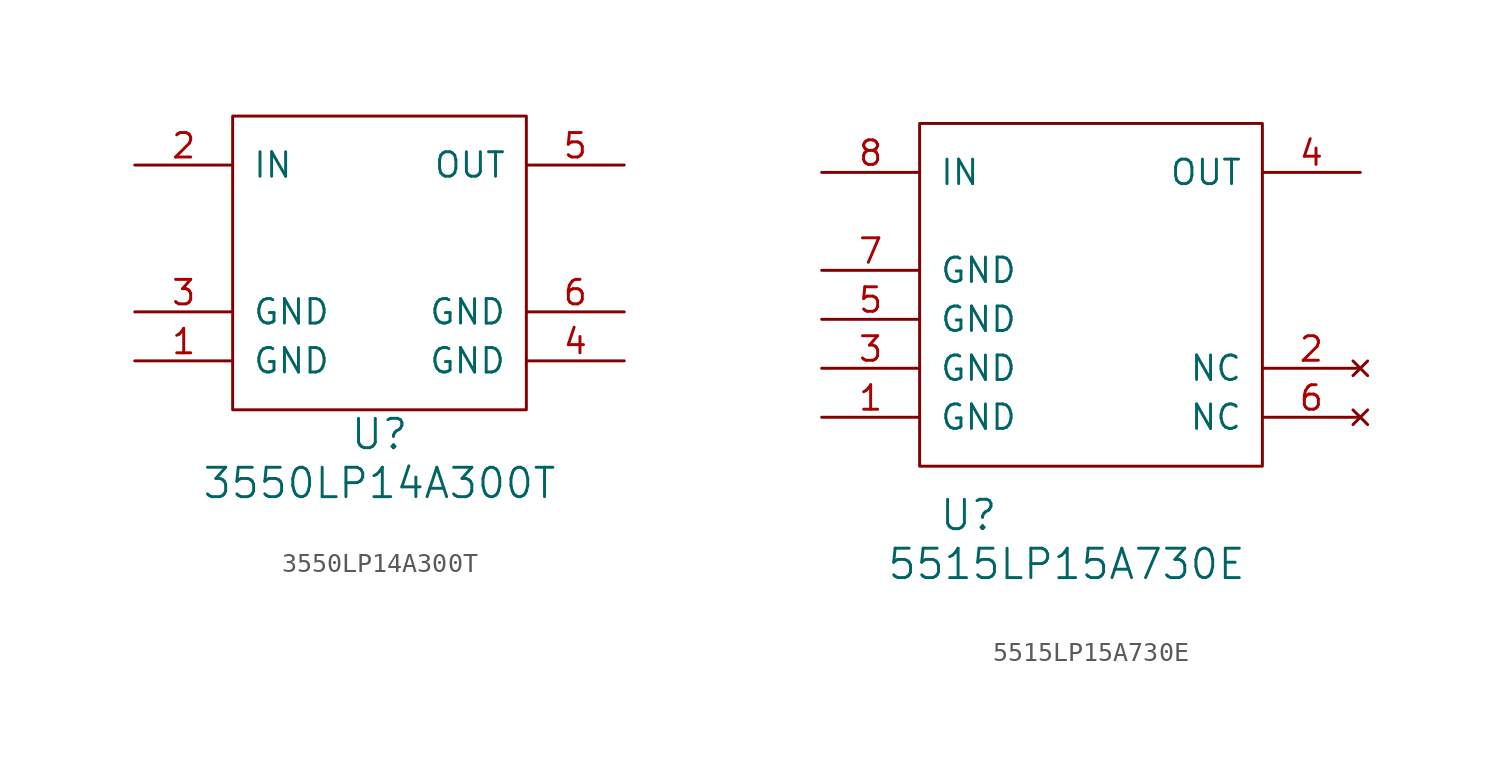
<source format=kicad_sym>
(kicad_symbol_lib
  (version 20220914)
  (generator kicad_symbol_editor)
  (symbol "3550LP14A300T"
    (pin_names
      (offset 1.016))
    (property "Reference" "U"
      (at 7.62 -1.27 0)
      (effects (font (size 1.524 1.524))))
    (property "Value" "3550LP14A300T"
      (at 7.62 -3.81 0)
      (effects (font (size 1.524 1.524))))
    (symbol "3550LP14A300T_0_1"
      (rectangle (start 0 15.24) (end 15.24 0) (stroke (width 0) (type solid)) (fill (type none))))
    (symbol "3550LP14A300T_1_1"
      (pin power_in line (at -5.08 2.54 0) (length 5.08) (name "GND" (effects (font (size 1.27 1.27)))) (number "1" (effects (font (size 1.27 1.27)))))
      (pin passive line (at -5.08 12.7 0) (length 5.08) (name "IN" (effects (font (size 1.27 1.27)))) (number "2" (effects (font (size 1.27 1.27)))))
      (pin power_in line (at -5.08 5.08 0) (length 5.08) (name "GND" (effects (font (size 1.27 1.27)))) (number "3" (effects (font (size 1.27 1.27)))))
      (pin power_in line (at 20.32 2.54 180) (length 5.08) (name "GND" (effects (font (size 1.27 1.27)))) (number "4" (effects (font (size 1.27 1.27)))))
      (pin passive line (at 20.32 12.7 180) (length 5.08) (name "OUT" (effects (font (size 1.27 1.27)))) (number "5" (effects (font (size 1.27 1.27)))))
      (pin power_in line (at 20.32 5.08 180) (length 5.08) (name "GND" (effects (font (size 1.27 1.27)))) (number "6" (effects (font (size 1.27 1.27)))))))
  (symbol "5515LP15A730E"
    (pin_names
      (offset 1.016))
    (property "Reference" "U"
      (at 2.54 -2.54 0)
      (effects (font (size 1.524 1.524))))
    (property "Value" "5515LP15A730E"
      (at 7.62 -5.08 0)
      (effects (font (size 1.524 1.524))))
    (symbol "5515LP15A730E_0_1"
      (rectangle (start 0 17.78) (end 17.78 0) (stroke (width 0) (type solid)) (fill (type none))))
    (symbol "5515LP15A730E_1_1"
      (pin passive line (at -5.08 2.54 0) (length 5.08) (name "GND" (effects (font (size 1.27 1.27)))) (number "1" (effects (font (size 1.27 1.27)))))
      (pin no_connect line (at 22.86 5.08 180) (length 5.08) (name "NC" (effects (font (size 1.27 1.27)))) (number "2" (effects (font (size 1.27 1.27)))))
      (pin passive line (at -5.08 5.08 0) (length 5.08) (name "GND" (effects (font (size 1.27 1.27)))) (number "3" (effects (font (size 1.27 1.27)))))
      (pin passive line (at 22.86 15.24 180) (length 5.08) (name "OUT" (effects (font (size 1.27 1.27)))) (number "4" (effects (font (size 1.27 1.27)))))
      (pin passive line (at -5.08 7.62 0) (length 5.08) (name "GND" (effects (font (size 1.27 1.27)))) (number "5" (effects (font (size 1.27 1.27)))))
      (pin no_connect line (at 22.86 2.54 180) (length 5.08) (name "NC" (effects (font (size 1.27 1.27)))) (number "6" (effects (font (size 1.27 1.27)))))
      (pin passive line (at -5.08 10.16 0) (length 5.08) (name "GND" (effects (font (size 1.27 1.27)))) (number "7" (effects (font (size 1.27 1.27)))))
      (pin passive line (at -5.08 15.24 0) (length 5.08) (name "IN" (effects (font (size 1.27 1.27)))) (number "8" (effects (font (size 1.27 1.27))))))))
</source>
